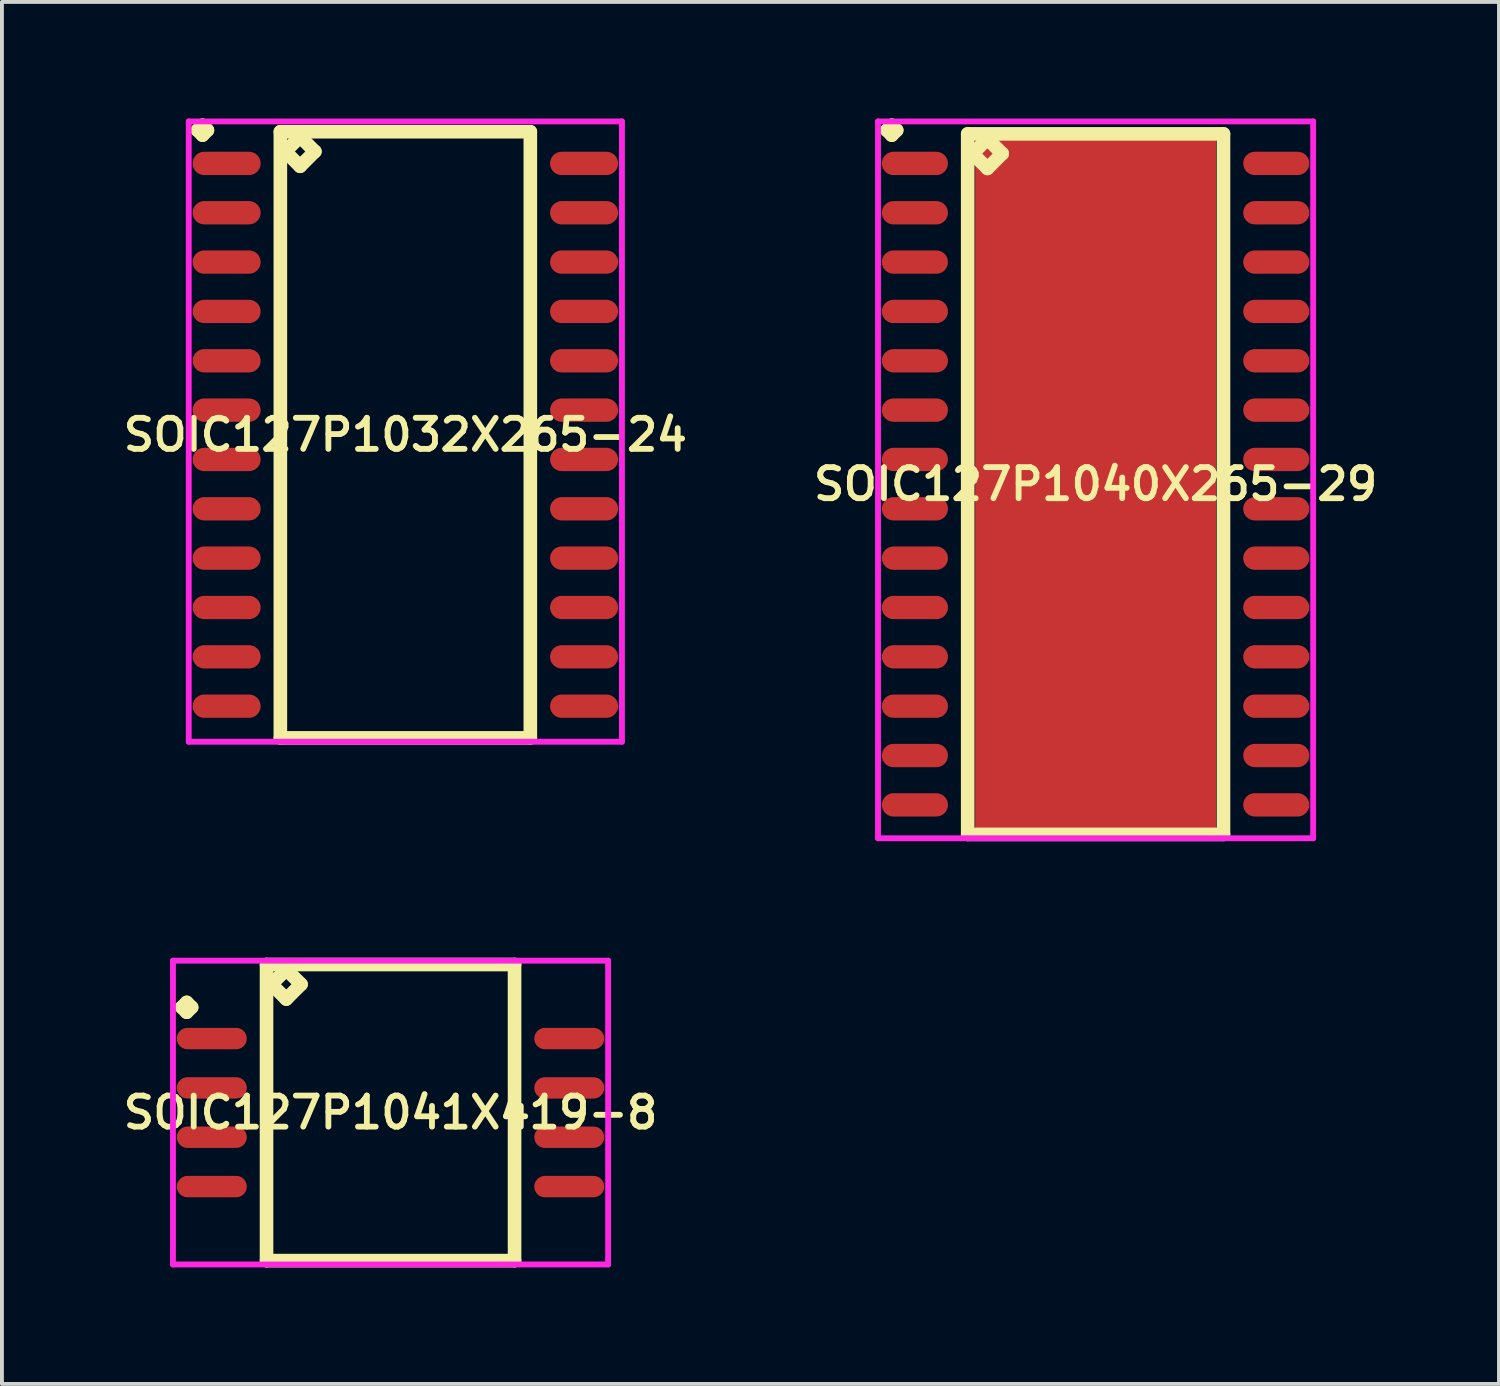
<source format=kicad_pcb>
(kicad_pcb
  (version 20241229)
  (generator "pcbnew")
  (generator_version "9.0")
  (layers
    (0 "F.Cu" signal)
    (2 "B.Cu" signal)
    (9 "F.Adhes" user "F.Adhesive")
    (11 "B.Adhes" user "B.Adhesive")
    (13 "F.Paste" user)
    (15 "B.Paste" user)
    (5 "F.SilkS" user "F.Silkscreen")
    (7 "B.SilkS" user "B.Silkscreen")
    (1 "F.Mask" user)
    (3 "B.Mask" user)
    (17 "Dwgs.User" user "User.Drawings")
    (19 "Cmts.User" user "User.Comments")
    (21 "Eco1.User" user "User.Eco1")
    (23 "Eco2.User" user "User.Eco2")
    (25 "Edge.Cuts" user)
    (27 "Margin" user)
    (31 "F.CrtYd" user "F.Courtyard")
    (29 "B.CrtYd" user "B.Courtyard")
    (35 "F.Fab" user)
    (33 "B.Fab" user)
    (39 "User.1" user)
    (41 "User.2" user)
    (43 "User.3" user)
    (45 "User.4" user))
  (footprint "SOIC127P1041X419-8"
    (layer "F.Cu")
    (at 7.002 25.586)
    (property "Reference" "SOIC127P1041X419-8" (at 0 0 0) (layer "F.SilkS") (effects (font (size 0.8 0.8) (thickness 0.15))))
    (attr through_hole)
    (fp_line (start -5.373 -2.709) (end -5.246 -2.836) (stroke (width 0.35) (type solid)) (layer "F.SilkS"))
    (fp_line (start -5.246 -2.836) (end -5.119 -2.709) (stroke (width 0.35) (type solid)) (layer "F.SilkS"))
    (fp_line (start -5.246 -2.582) (end -5.373 -2.709) (stroke (width 0.35) (type solid)) (layer "F.SilkS"))
    (fp_line (start -5.119 -2.709) (end -5.246 -2.582) (stroke (width 0.35) (type solid)) (layer "F.SilkS"))
    (fp_line (start -3.192 -3.81) (end -3.192 3.81) (stroke (width 0.35) (type solid)) (layer "F.SilkS"))
    (fp_line (start -3.192 3.81) (end 3.192 3.81) (stroke (width 0.35) (type solid)) (layer "F.SilkS"))
    (fp_line (start -3.065 -3.302) (end -2.684 -3.683) (stroke (width 0.35) (type solid)) (layer "F.SilkS"))
    (fp_line (start -2.684 -3.683) (end -2.303 -3.302) (stroke (width 0.35) (type solid)) (layer "F.SilkS"))
    (fp_line (start -2.684 -2.921) (end -3.065 -3.302) (stroke (width 0.35) (type solid)) (layer "F.SilkS"))
    (fp_line (start -2.303 -3.302) (end -2.684 -2.921) (stroke (width 0.35) (type solid)) (layer "F.SilkS"))
    (fp_line (start 3.192 -3.81) (end -3.192 -3.81) (stroke (width 0.35) (type solid)) (layer "F.SilkS"))
    (fp_line (start 3.192 3.81) (end 3.192 -3.81) (stroke (width 0.35) (type solid)) (layer "F.SilkS"))
    (fp_line (start -5.6 -3.91) (end 5.6 -3.91) (stroke (width 0.15) (type solid)) (layer "F.CrtYd"))
    (fp_line (start -5.6 3.91) (end -5.6 -3.91) (stroke (width 0.15) (type solid)) (layer "F.CrtYd"))
    (fp_line (start 5.6 -3.91) (end 5.6 3.91) (stroke (width 0.15) (type solid)) (layer "F.CrtYd"))
    (fp_line (start 5.6 3.91) (end -5.6 3.91) (stroke (width 0.15) (type solid)) (layer "F.CrtYd"))
    (pad "1" smd oval (at -4.6 -1.905) (size 1.8 0.55) (layers "F.Cu" "F.Mask" "F.Paste"))
    (pad "2" smd oval (at -4.6 -0.635) (size 1.8 0.55) (layers "F.Cu" "F.Mask" "F.Paste"))
    (pad "3" smd oval (at -4.6 0.635) (size 1.8 0.55) (layers "F.Cu" "F.Mask" "F.Paste"))
    (pad "4" smd oval (at -4.6 1.905) (size 1.8 0.55) (layers "F.Cu" "F.Mask" "F.Paste"))
    (pad "5" smd oval (at 4.6 1.905) (size 1.8 0.55) (layers "F.Cu" "F.Mask" "F.Paste"))
    (pad "6" smd oval (at 4.6 0.635) (size 1.8 0.55) (layers "F.Cu" "F.Mask" "F.Paste"))
    (pad "7" smd oval (at 4.6 -0.635) (size 1.8 0.55) (layers "F.Cu" "F.Mask" "F.Paste"))
    (pad "8" smd oval (at 4.6 -1.905) (size 1.8 0.55) (layers "F.Cu" "F.Mask" "F.Paste")))
  (footprint "SOIC127P1032X265-24"
    (layer "F.Cu")
    (at 7.383 8.141)
    (property "Reference" "SOIC127P1032X265-24" (at 0 0 0) (layer "F.SilkS") (effects (font (size 0.8 0.8) (thickness 0.15))))
    (attr through_hole)
    (fp_line (start -5.348 -7.839) (end -5.221 -7.966) (stroke (width 0.35) (type solid)) (layer "F.SilkS"))
    (fp_line (start -5.221 -7.966) (end -5.094 -7.839) (stroke (width 0.35) (type solid)) (layer "F.SilkS"))
    (fp_line (start -5.221 -7.712) (end -5.348 -7.839) (stroke (width 0.35) (type solid)) (layer "F.SilkS"))
    (fp_line (start -5.094 -7.839) (end -5.221 -7.712) (stroke (width 0.35) (type solid)) (layer "F.SilkS"))
    (fp_line (start -3.217 -7.8) (end -3.217 7.8) (stroke (width 0.35) (type solid)) (layer "F.SilkS"))
    (fp_line (start -3.217 7.8) (end 3.217 7.8) (stroke (width 0.35) (type solid)) (layer "F.SilkS"))
    (fp_line (start -3.09 -7.292) (end -2.709 -7.673) (stroke (width 0.35) (type solid)) (layer "F.SilkS"))
    (fp_line (start -2.709 -7.673) (end -2.328 -7.292) (stroke (width 0.35) (type solid)) (layer "F.SilkS"))
    (fp_line (start -2.709 -6.911) (end -3.09 -7.292) (stroke (width 0.35) (type solid)) (layer "F.SilkS"))
    (fp_line (start -2.328 -7.292) (end -2.709 -6.911) (stroke (width 0.35) (type solid)) (layer "F.SilkS"))
    (fp_line (start 3.217 -7.8) (end -3.217 -7.8) (stroke (width 0.35) (type solid)) (layer "F.SilkS"))
    (fp_line (start 3.217 7.8) (end 3.217 -7.8) (stroke (width 0.35) (type solid)) (layer "F.SilkS"))
    (fp_line (start -5.575 -8.066) (end 5.575 -8.066) (stroke (width 0.15) (type solid)) (layer "F.CrtYd"))
    (fp_line (start -5.575 7.9) (end -5.575 -8.066) (stroke (width 0.15) (type solid)) (layer "F.CrtYd"))
    (fp_line (start 5.575 -8.066) (end 5.575 7.9) (stroke (width 0.15) (type solid)) (layer "F.CrtYd"))
    (fp_line (start 5.575 7.9) (end -5.575 7.9) (stroke (width 0.15) (type solid)) (layer "F.CrtYd"))
    (pad "1" smd oval (at -4.6 -6.985) (size 1.75 0.6) (layers "F.Cu" "F.Mask" "F.Paste"))
    (pad "2" smd oval (at -4.6 -5.715) (size 1.75 0.6) (layers "F.Cu" "F.Mask" "F.Paste"))
    (pad "3" smd oval (at -4.6 -4.445) (size 1.75 0.6) (layers "F.Cu" "F.Mask" "F.Paste"))
    (pad "4" smd oval (at -4.6 -3.175) (size 1.75 0.6) (layers "F.Cu" "F.Mask" "F.Paste"))
    (pad "5" smd oval (at -4.6 -1.905) (size 1.75 0.6) (layers "F.Cu" "F.Mask" "F.Paste"))
    (pad "6" smd oval (at -4.6 -0.635) (size 1.75 0.6) (layers "F.Cu" "F.Mask" "F.Paste"))
    (pad "7" smd oval (at -4.6 0.635) (size 1.75 0.6) (layers "F.Cu" "F.Mask" "F.Paste"))
    (pad "8" smd oval (at -4.6 1.905) (size 1.75 0.6) (layers "F.Cu" "F.Mask" "F.Paste"))
    (pad "9" smd oval (at -4.6 3.175) (size 1.75 0.6) (layers "F.Cu" "F.Mask" "F.Paste"))
    (pad "10" smd oval (at -4.6 4.445) (size 1.75 0.6) (layers "F.Cu" "F.Mask" "F.Paste"))
    (pad "11" smd oval (at -4.6 5.715) (size 1.75 0.6) (layers "F.Cu" "F.Mask" "F.Paste"))
    (pad "12" smd oval (at -4.6 6.985) (size 1.75 0.6) (layers "F.Cu" "F.Mask" "F.Paste"))
    (pad "13" smd oval (at 4.6 6.985) (size 1.75 0.6) (layers "F.Cu" "F.Mask" "F.Paste"))
    (pad "14" smd oval (at 4.6 5.715) (size 1.75 0.6) (layers "F.Cu" "F.Mask" "F.Paste"))
    (pad "15" smd oval (at 4.6 4.445) (size 1.75 0.6) (layers "F.Cu" "F.Mask" "F.Paste"))
    (pad "16" smd oval (at 4.6 3.175) (size 1.75 0.6) (layers "F.Cu" "F.Mask" "F.Paste"))
    (pad "17" smd oval (at 4.6 1.905) (size 1.75 0.6) (layers "F.Cu" "F.Mask" "F.Paste"))
    (pad "18" smd oval (at 4.6 0.635) (size 1.75 0.6) (layers "F.Cu" "F.Mask" "F.Paste"))
    (pad "19" smd oval (at 4.6 -0.635) (size 1.75 0.6) (layers "F.Cu" "F.Mask" "F.Paste"))
    (pad "20" smd oval (at 4.6 -1.905) (size 1.75 0.6) (layers "F.Cu" "F.Mask" "F.Paste"))
    (pad "21" smd oval (at 4.6 -3.175) (size 1.75 0.6) (layers "F.Cu" "F.Mask" "F.Paste"))
    (pad "22" smd oval (at 4.6 -4.445) (size 1.75 0.6) (layers "F.Cu" "F.Mask" "F.Paste"))
    (pad "23" smd oval (at 4.6 -5.715) (size 1.75 0.6) (layers "F.Cu" "F.Mask" "F.Paste"))
    (pad "24" smd oval (at 4.6 -6.985) (size 1.75 0.6) (layers "F.Cu" "F.Mask" "F.Paste")))
  (footprint "SOIC127P1040X265-29"
    (layer "F.Cu")
    (at 25.149 9.411)
    (property "Reference" "SOIC127P1040X265-29" (at 0 0 0) (layer "F.SilkS") (effects (font (size 0.8 0.8) (thickness 0.15))))
    (attr through_hole)
    (fp_line (start -5.373 -9.109) (end -5.246 -9.236) (stroke (width 0.35) (type solid)) (layer "F.SilkS"))
    (fp_line (start -5.246 -9.236) (end -5.119 -9.109) (stroke (width 0.35) (type solid)) (layer "F.SilkS"))
    (fp_line (start -5.246 -8.982) (end -5.373 -9.109) (stroke (width 0.35) (type solid)) (layer "F.SilkS"))
    (fp_line (start -5.119 -9.109) (end -5.246 -8.982) (stroke (width 0.35) (type solid)) (layer "F.SilkS"))
    (fp_line (start -3.292 -9.015) (end -3.292 9.015) (stroke (width 0.35) (type solid)) (layer "F.SilkS"))
    (fp_line (start -3.292 9.015) (end 3.292 9.015) (stroke (width 0.35) (type solid)) (layer "F.SilkS"))
    (fp_line (start -3.165 -8.507) (end -2.784 -8.888) (stroke (width 0.35) (type solid)) (layer "F.SilkS"))
    (fp_line (start -2.784 -8.888) (end -2.403 -8.507) (stroke (width 0.35) (type solid)) (layer "F.SilkS"))
    (fp_line (start -2.784 -8.126) (end -3.165 -8.507) (stroke (width 0.35) (type solid)) (layer "F.SilkS"))
    (fp_line (start -2.403 -8.507) (end -2.784 -8.126) (stroke (width 0.35) (type solid)) (layer "F.SilkS"))
    (fp_line (start 3.292 -9.015) (end -3.292 -9.015) (stroke (width 0.35) (type solid)) (layer "F.SilkS"))
    (fp_line (start 3.292 9.015) (end 3.292 -9.015) (stroke (width 0.35) (type solid)) (layer "F.SilkS"))
    (fp_line (start -5.6 -9.336) (end 5.6 -9.336) (stroke (width 0.15) (type solid)) (layer "F.CrtYd"))
    (fp_line (start -5.6 9.115) (end -5.6 -9.336) (stroke (width 0.15) (type solid)) (layer "F.CrtYd"))
    (fp_line (start 5.6 -9.336) (end 5.6 9.115) (stroke (width 0.15) (type solid)) (layer "F.CrtYd"))
    (fp_line (start 5.6 9.115) (end -5.6 9.115) (stroke (width 0.15) (type solid)) (layer "F.CrtYd"))
    (pad "1" smd oval (at -4.65 -8.255) (size 1.7 0.6) (layers "F.Cu" "F.Mask" "F.Paste"))
    (pad "2" smd oval (at -4.65 -6.985) (size 1.7 0.6) (layers "F.Cu" "F.Mask" "F.Paste"))
    (pad "3" smd oval (at -4.65 -5.715) (size 1.7 0.6) (layers "F.Cu" "F.Mask" "F.Paste"))
    (pad "4" smd oval (at -4.65 -4.445) (size 1.7 0.6) (layers "F.Cu" "F.Mask" "F.Paste"))
    (pad "5" smd oval (at -4.65 -3.175) (size 1.7 0.6) (layers "F.Cu" "F.Mask" "F.Paste"))
    (pad "6" smd oval (at -4.65 -1.905) (size 1.7 0.6) (layers "F.Cu" "F.Mask" "F.Paste"))
    (pad "7" smd oval (at -4.65 -0.635) (size 1.7 0.6) (layers "F.Cu" "F.Mask" "F.Paste"))
    (pad "8" smd oval (at -4.65 0.635) (size 1.7 0.6) (layers "F.Cu" "F.Mask" "F.Paste"))
    (pad "9" smd oval (at -4.65 1.905) (size 1.7 0.6) (layers "F.Cu" "F.Mask" "F.Paste"))
    (pad "10" smd oval (at -4.65 3.175) (size 1.7 0.6) (layers "F.Cu" "F.Mask" "F.Paste"))
    (pad "11" smd oval (at -4.65 4.445) (size 1.7 0.6) (layers "F.Cu" "F.Mask" "F.Paste"))
    (pad "12" smd oval (at -4.65 5.715) (size 1.7 0.6) (layers "F.Cu" "F.Mask" "F.Paste"))
    (pad "13" smd oval (at -4.65 6.985) (size 1.7 0.6) (layers "F.Cu" "F.Mask" "F.Paste"))
    (pad "14" smd oval (at -4.65 8.255) (size 1.7 0.6) (layers "F.Cu" "F.Mask" "F.Paste"))
    (pad "15" smd oval (at 4.65 8.255) (size 1.7 0.6) (layers "F.Cu" "F.Mask" "F.Paste"))
    (pad "16" smd oval (at 4.65 6.985) (size 1.7 0.6) (layers "F.Cu" "F.Mask" "F.Paste"))
    (pad "17" smd oval (at 4.65 5.715) (size 1.7 0.6) (layers "F.Cu" "F.Mask" "F.Paste"))
    (pad "18" smd oval (at 4.65 4.445) (size 1.7 0.6) (layers "F.Cu" "F.Mask" "F.Paste"))
    (pad "19" smd oval (at 4.65 3.175) (size 1.7 0.6) (layers "F.Cu" "F.Mask" "F.Paste"))
    (pad "20" smd oval (at 4.65 1.905) (size 1.7 0.6) (layers "F.Cu" "F.Mask" "F.Paste"))
    (pad "21" smd oval (at 4.65 0.635) (size 1.7 0.6) (layers "F.Cu" "F.Mask" "F.Paste"))
    (pad "22" smd oval (at 4.65 -0.635) (size 1.7 0.6) (layers "F.Cu" "F.Mask" "F.Paste"))
    (pad "23" smd oval (at 4.65 -1.905) (size 1.7 0.6) (layers "F.Cu" "F.Mask" "F.Paste"))
    (pad "24" smd oval (at 4.65 -3.175) (size 1.7 0.6) (layers "F.Cu" "F.Mask" "F.Paste"))
    (pad "25" smd oval (at 4.65 -4.445) (size 1.7 0.6) (layers "F.Cu" "F.Mask" "F.Paste"))
    (pad "26" smd oval (at 4.65 -5.715) (size 1.7 0.6) (layers "F.Cu" "F.Mask" "F.Paste"))
    (pad "27" smd oval (at 4.65 -6.985) (size 1.7 0.6) (layers "F.Cu" "F.Mask" "F.Paste"))
    (pad "28" smd oval (at 4.65 -8.255) (size 1.7 0.6) (layers "F.Cu" "F.Mask" "F.Paste"))
    (pad "29" smd rect (at 0 0) (size 6.2 18) (layers "F.Cu" "F.Mask" "F.Paste")))
  (gr_rect
    (start -3 -3)
    (end 35.532 32.571)
    (stroke (width 0.1) (type default))
    (fill no)
    (layer "Edge.Cuts")))
</source>
